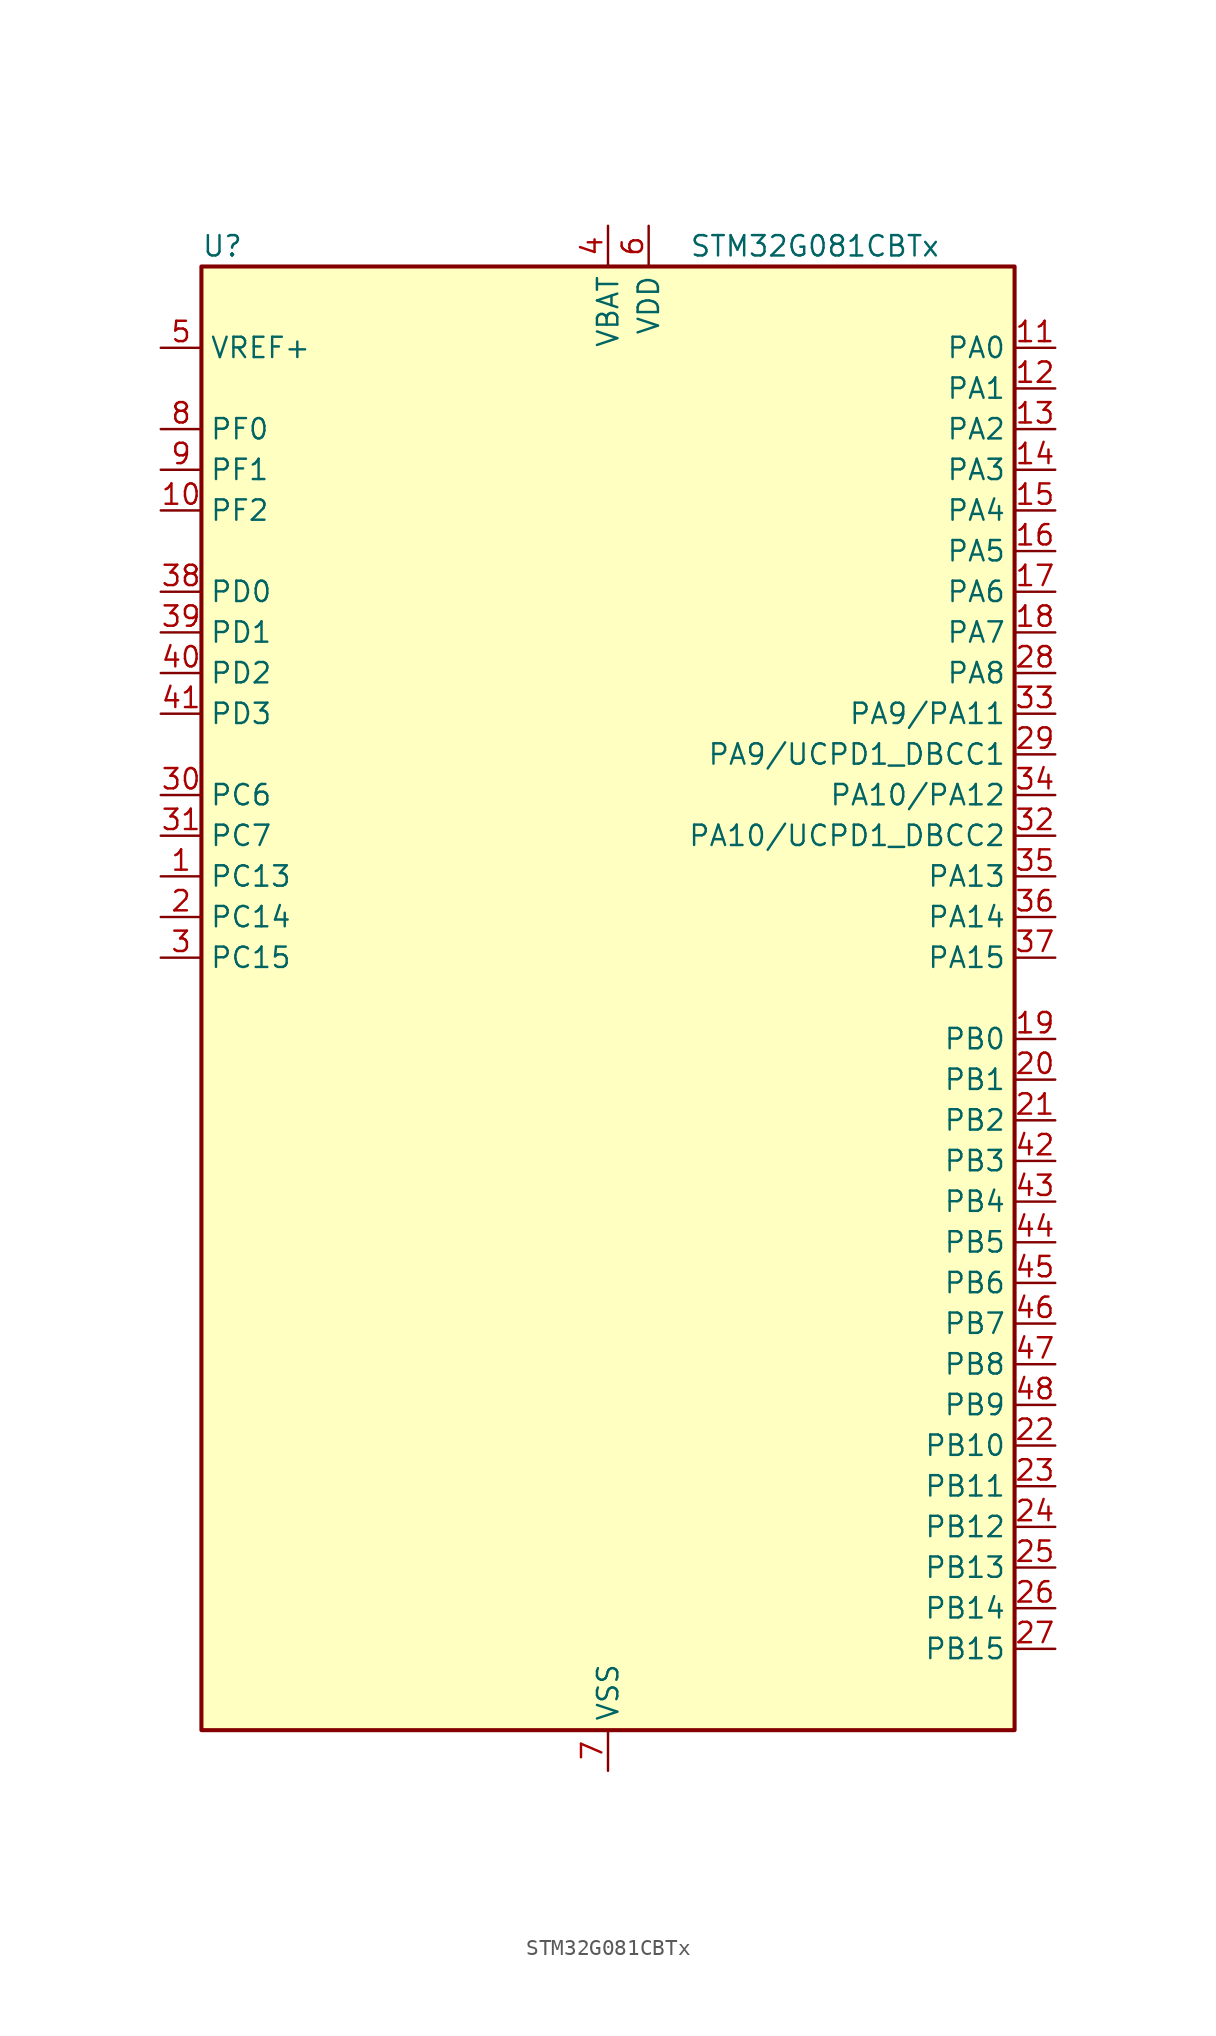
<source format=kicad_sym>
(kicad_symbol_lib
  (version 20231120)
  (generator "kicad-library-utils")
  (generator_version "8.0")
  (symbol "STM32G081CBTx"
    (property "Reference" "U"
      (at -25.4 46.99 0)
      (effects (font (size 1.27 1.27)) (justify left)))
    (property "Value" "STM32G081CBTx"
      (at 5.08 46.99 0)
      (effects (font (size 1.27 1.27)) (justify left)))
    (symbol "STM32G081CBTx_0_1"
      (rectangle (start -25.4 -45.72) (end 25.4 45.72) (stroke (width 0.254) (type default)) (fill (type background))))
    (symbol "STM32G081CBTx_1_1"
      (pin bidirectional line (at -27.94 7.62 0) (length 2.54) (name "PC13" (effects (font (size 1.27 1.27)))) (number "1" (effects (font (size 1.27 1.27)))) (alternate "RTC_OUT_ALARM" bidirectional line) (alternate "RTC_OUT_CALIB" bidirectional line) (alternate "RTC_TAMP_IN1" bidirectional line) (alternate "RTC_TS" bidirectional line) (alternate "SYS_WKUP2" bidirectional line) (alternate "TIM1_BK" bidirectional line))
      (pin bidirectional line (at -27.94 30.48 0) (length 2.54) (name "PF2" (effects (font (size 1.27 1.27)))) (number "10" (effects (font (size 1.27 1.27)))) (alternate "RCC_MCO" bidirectional line))
      (pin bidirectional line (at 27.94 40.64 180) (length 2.54) (name "PA0" (effects (font (size 1.27 1.27)))) (number "11" (effects (font (size 1.27 1.27)))) (alternate "ADC1_IN0" bidirectional line) (alternate "COMP1_INM" bidirectional line) (alternate "COMP1_OUT" bidirectional line) (alternate "LPTIM1_OUT" bidirectional line) (alternate "RTC_TAMP_IN2" bidirectional line) (alternate "SPI2_SCK" bidirectional line) (alternate "SYS_WKUP1" bidirectional line) (alternate "TIM2_CH1" bidirectional line) (alternate "TIM2_ETR" bidirectional line) (alternate "UCPD2_FRSTX1" bidirectional line) (alternate "UCPD2_FRSTX2" bidirectional line) (alternate "USART2_CTS" bidirectional line) (alternate "USART2_NSS" bidirectional line) (alternate "USART4_TX" bidirectional line))
      (pin bidirectional line (at 27.94 38.1 180) (length 2.54) (name "PA1" (effects (font (size 1.27 1.27)))) (number "12" (effects (font (size 1.27 1.27)))) (alternate "ADC1_IN1" bidirectional line) (alternate "COMP1_INP" bidirectional line) (alternate "I2C1_SMBA" bidirectional line) (alternate "I2S1_CK" bidirectional line) (alternate "SPI1_SCK" bidirectional line) (alternate "TIM15_CH1N" bidirectional line) (alternate "TIM2_CH2" bidirectional line) (alternate "USART2_CK" bidirectional line) (alternate "USART2_DE" bidirectional line) (alternate "USART2_RTS" bidirectional line) (alternate "USART4_RX" bidirectional line))
      (pin bidirectional line (at 27.94 35.56 180) (length 2.54) (name "PA2" (effects (font (size 1.27 1.27)))) (number "13" (effects (font (size 1.27 1.27)))) (alternate "ADC1_IN2" bidirectional line) (alternate "COMP2_INM" bidirectional line) (alternate "COMP2_OUT" bidirectional line) (alternate "I2S1_SD" bidirectional line) (alternate "LPUART1_TX" bidirectional line) (alternate "RCC_LSCO" bidirectional line) (alternate "SPI1_MOSI" bidirectional line) (alternate "SYS_WKUP4" bidirectional line) (alternate "TIM15_CH1" bidirectional line) (alternate "TIM2_CH3" bidirectional line) (alternate "UCPD1_FRSTX1" bidirectional line) (alternate "UCPD1_FRSTX2" bidirectional line) (alternate "USART2_TX" bidirectional line))
      (pin bidirectional line (at 27.94 33.02 180) (length 2.54) (name "PA3" (effects (font (size 1.27 1.27)))) (number "14" (effects (font (size 1.27 1.27)))) (alternate "ADC1_IN3" bidirectional line) (alternate "COMP2_INP" bidirectional line) (alternate "LPUART1_RX" bidirectional line) (alternate "SPI2_MISO" bidirectional line) (alternate "TIM15_CH2" bidirectional line) (alternate "TIM2_CH4" bidirectional line) (alternate "UCPD2_FRSTX1" bidirectional line) (alternate "UCPD2_FRSTX2" bidirectional line) (alternate "USART2_RX" bidirectional line))
      (pin bidirectional line (at 27.94 30.48 180) (length 2.54) (name "PA4" (effects (font (size 1.27 1.27)))) (number "15" (effects (font (size 1.27 1.27)))) (alternate "ADC1_IN4" bidirectional line) (alternate "DAC1_OUT1" bidirectional line) (alternate "I2S1_WS" bidirectional line) (alternate "LPTIM2_OUT" bidirectional line) (alternate "RTC_OUT_ALARM" bidirectional line) (alternate "RTC_OUT_CALIB" bidirectional line) (alternate "SPI1_NSS" bidirectional line) (alternate "SPI2_MOSI" bidirectional line) (alternate "TIM14_CH1" bidirectional line) (alternate "UCPD2_FRSTX1" bidirectional line) (alternate "UCPD2_FRSTX2" bidirectional line))
      (pin bidirectional line (at 27.94 27.94 180) (length 2.54) (name "PA5" (effects (font (size 1.27 1.27)))) (number "16" (effects (font (size 1.27 1.27)))) (alternate "ADC1_IN5" bidirectional line) (alternate "CEC" bidirectional line) (alternate "DAC1_OUT2" bidirectional line) (alternate "I2S1_CK" bidirectional line) (alternate "LPTIM2_ETR" bidirectional line) (alternate "SPI1_SCK" bidirectional line) (alternate "TIM2_CH1" bidirectional line) (alternate "TIM2_ETR" bidirectional line) (alternate "UCPD1_FRSTX1" bidirectional line) (alternate "UCPD1_FRSTX2" bidirectional line) (alternate "USART3_TX" bidirectional line))
      (pin bidirectional line (at 27.94 25.4 180) (length 2.54) (name "PA6" (effects (font (size 1.27 1.27)))) (number "17" (effects (font (size 1.27 1.27)))) (alternate "ADC1_IN6" bidirectional line) (alternate "COMP1_OUT" bidirectional line) (alternate "I2S1_MCK" bidirectional line) (alternate "LPUART1_CTS" bidirectional line) (alternate "SPI1_MISO" bidirectional line) (alternate "TIM16_CH1" bidirectional line) (alternate "TIM1_BK" bidirectional line) (alternate "TIM3_CH1" bidirectional line) (alternate "USART3_CTS" bidirectional line) (alternate "USART3_NSS" bidirectional line))
      (pin bidirectional line (at 27.94 22.86 180) (length 2.54) (name "PA7" (effects (font (size 1.27 1.27)))) (number "18" (effects (font (size 1.27 1.27)))) (alternate "ADC1_IN7" bidirectional line) (alternate "COMP2_OUT" bidirectional line) (alternate "I2S1_SD" bidirectional line) (alternate "SPI1_MOSI" bidirectional line) (alternate "TIM14_CH1" bidirectional line) (alternate "TIM17_CH1" bidirectional line) (alternate "TIM1_CH1N" bidirectional line) (alternate "TIM3_CH2" bidirectional line) (alternate "UCPD1_FRSTX1" bidirectional line) (alternate "UCPD1_FRSTX2" bidirectional line))
      (pin bidirectional line (at 27.94 -2.54 180) (length 2.54) (name "PB0" (effects (font (size 1.27 1.27)))) (number "19" (effects (font (size 1.27 1.27)))) (alternate "ADC1_IN8" bidirectional line) (alternate "COMP1_OUT" bidirectional line) (alternate "I2S1_WS" bidirectional line) (alternate "LPTIM1_OUT" bidirectional line) (alternate "SPI1_NSS" bidirectional line) (alternate "TIM1_CH2N" bidirectional line) (alternate "TIM3_CH3" bidirectional line) (alternate "UCPD1_FRSTX1" bidirectional line) (alternate "UCPD1_FRSTX2" bidirectional line) (alternate "USART3_RX" bidirectional line))
      (pin bidirectional line (at -27.94 5.08 0) (length 2.54) (name "PC14" (effects (font (size 1.27 1.27)))) (number "2" (effects (font (size 1.27 1.27)))) (alternate "RCC_OSC32_IN" bidirectional line) (alternate "TIM1_BK2" bidirectional line))
      (pin bidirectional line (at 27.94 -5.08 180) (length 2.54) (name "PB1" (effects (font (size 1.27 1.27)))) (number "20" (effects (font (size 1.27 1.27)))) (alternate "ADC1_IN9" bidirectional line) (alternate "COMP1_INM" bidirectional line) (alternate "LPTIM2_IN1" bidirectional line) (alternate "LPUART1_DE" bidirectional line) (alternate "LPUART1_RTS" bidirectional line) (alternate "TIM14_CH1" bidirectional line) (alternate "TIM1_CH3N" bidirectional line) (alternate "TIM3_CH4" bidirectional line) (alternate "USART3_CK" bidirectional line) (alternate "USART3_DE" bidirectional line) (alternate "USART3_RTS" bidirectional line))
      (pin bidirectional line (at 27.94 -7.62 180) (length 2.54) (name "PB2" (effects (font (size 1.27 1.27)))) (number "21" (effects (font (size 1.27 1.27)))) (alternate "ADC1_IN10" bidirectional line) (alternate "COMP1_INP" bidirectional line) (alternate "LPTIM1_OUT" bidirectional line) (alternate "SPI2_MISO" bidirectional line) (alternate "USART3_TX" bidirectional line))
      (pin bidirectional line (at 27.94 -27.94 180) (length 2.54) (name "PB10" (effects (font (size 1.27 1.27)))) (number "22" (effects (font (size 1.27 1.27)))) (alternate "ADC1_IN11" bidirectional line) (alternate "CEC" bidirectional line) (alternate "COMP1_OUT" bidirectional line) (alternate "I2C2_SCL" bidirectional line) (alternate "LPUART1_RX" bidirectional line) (alternate "SPI2_SCK" bidirectional line) (alternate "TIM2_CH3" bidirectional line) (alternate "USART3_TX" bidirectional line))
      (pin bidirectional line (at 27.94 -30.48 180) (length 2.54) (name "PB11" (effects (font (size 1.27 1.27)))) (number "23" (effects (font (size 1.27 1.27)))) (alternate "ADC1_EXTI11" bidirectional line) (alternate "ADC1_IN15" bidirectional line) (alternate "COMP2_OUT" bidirectional line) (alternate "I2C2_SDA" bidirectional line) (alternate "LPUART1_TX" bidirectional line) (alternate "SPI2_MOSI" bidirectional line) (alternate "TIM2_CH4" bidirectional line) (alternate "USART3_RX" bidirectional line))
      (pin bidirectional line (at 27.94 -33.02 180) (length 2.54) (name "PB12" (effects (font (size 1.27 1.27)))) (number "24" (effects (font (size 1.27 1.27)))) (alternate "ADC1_IN16" bidirectional line) (alternate "LPUART1_DE" bidirectional line) (alternate "LPUART1_RTS" bidirectional line) (alternate "SPI2_NSS" bidirectional line) (alternate "TIM15_BK" bidirectional line) (alternate "TIM1_BK" bidirectional line) (alternate "UCPD2_FRSTX1" bidirectional line) (alternate "UCPD2_FRSTX2" bidirectional line))
      (pin bidirectional line (at 27.94 -35.56 180) (length 2.54) (name "PB13" (effects (font (size 1.27 1.27)))) (number "25" (effects (font (size 1.27 1.27)))) (alternate "I2C2_SCL" bidirectional line) (alternate "LPUART1_CTS" bidirectional line) (alternate "SPI2_SCK" bidirectional line) (alternate "TIM15_CH1N" bidirectional line) (alternate "TIM1_CH1N" bidirectional line) (alternate "USART3_CTS" bidirectional line) (alternate "USART3_NSS" bidirectional line))
      (pin bidirectional line (at 27.94 -38.1 180) (length 2.54) (name "PB14" (effects (font (size 1.27 1.27)))) (number "26" (effects (font (size 1.27 1.27)))) (alternate "I2C2_SDA" bidirectional line) (alternate "SPI2_MISO" bidirectional line) (alternate "TIM15_CH1" bidirectional line) (alternate "TIM1_CH2N" bidirectional line) (alternate "UCPD1_FRSTX1" bidirectional line) (alternate "UCPD1_FRSTX2" bidirectional line) (alternate "USART3_CK" bidirectional line) (alternate "USART3_DE" bidirectional line) (alternate "USART3_RTS" bidirectional line))
      (pin bidirectional line (at 27.94 -40.64 180) (length 2.54) (name "PB15" (effects (font (size 1.27 1.27)))) (number "27" (effects (font (size 1.27 1.27)))) (alternate "RTC_REFIN" bidirectional line) (alternate "SPI2_MOSI" bidirectional line) (alternate "TIM15_CH1N" bidirectional line) (alternate "TIM15_CH2" bidirectional line) (alternate "TIM1_CH3N" bidirectional line) (alternate "UCPD1_CC2" bidirectional line))
      (pin bidirectional line (at 27.94 20.32 180) (length 2.54) (name "PA8" (effects (font (size 1.27 1.27)))) (number "28" (effects (font (size 1.27 1.27)))) (alternate "LPTIM2_OUT" bidirectional line) (alternate "RCC_MCO" bidirectional line) (alternate "SPI2_NSS" bidirectional line) (alternate "TIM1_CH1" bidirectional line) (alternate "UCPD1_CC1" bidirectional line))
      (pin bidirectional line (at 27.94 15.24 180) (length 2.54) (name "PA9/UCPD1_DBCC1" (effects (font (size 1.27 1.27)))) (number "29" (effects (font (size 1.27 1.27)))) (alternate "PA9" bidirectional line) (alternate "DAC1_EXTI9 (PA9)" bidirectional line) (alternate "I2C1_SCL (PA9)" bidirectional line) (alternate "RCC_MCO (PA9)" bidirectional line) (alternate "SPI2_MISO (PA9)" bidirectional line) (alternate "TIM15_BK (PA9)" bidirectional line) (alternate "TIM1_CH2 (PA9)" bidirectional line) (alternate "UCPD1_DBCC1 (PA9)" bidirectional line) (alternate "USART1_TX (PA9)" bidirectional line) (alternate "UCPD1_DBCC1" bidirectional line) (alternate "UCPD1_DBCC1 (UCPD1_DBCC1)" bidirectional line))
      (pin bidirectional line (at -27.94 2.54 0) (length 2.54) (name "PC15" (effects (font (size 1.27 1.27)))) (number "3" (effects (font (size 1.27 1.27)))) (alternate "RCC_OSC32_EN" bidirectional line) (alternate "RCC_OSC32_OUT" bidirectional line) (alternate "RCC_OSC_EN" bidirectional line) (alternate "TIM15_BK" bidirectional line))
      (pin bidirectional line (at -27.94 12.7 0) (length 2.54) (name "PC6" (effects (font (size 1.27 1.27)))) (number "30" (effects (font (size 1.27 1.27)))) (alternate "TIM2_CH3" bidirectional line) (alternate "TIM3_CH1" bidirectional line) (alternate "UCPD1_FRSTX1" bidirectional line) (alternate "UCPD1_FRSTX2" bidirectional line))
      (pin bidirectional line (at -27.94 10.16 0) (length 2.54) (name "PC7" (effects (font (size 1.27 1.27)))) (number "31" (effects (font (size 1.27 1.27)))) (alternate "TIM2_CH4" bidirectional line) (alternate "TIM3_CH2" bidirectional line) (alternate "UCPD2_FRSTX1" bidirectional line) (alternate "UCPD2_FRSTX2" bidirectional line))
      (pin bidirectional line (at 27.94 10.16 180) (length 2.54) (name "PA10/UCPD1_DBCC2" (effects (font (size 1.27 1.27)))) (number "32" (effects (font (size 1.27 1.27)))) (alternate "PA10" bidirectional line) (alternate "I2C1_SDA (PA10)" bidirectional line) (alternate "SPI2_MOSI (PA10)" bidirectional line) (alternate "TIM17_BK (PA10)" bidirectional line) (alternate "TIM1_CH3 (PA10)" bidirectional line) (alternate "UCPD1_DBCC2 (PA10)" bidirectional line) (alternate "USART1_RX (PA10)" bidirectional line) (alternate "UCPD1_DBCC2" bidirectional line) (alternate "UCPD1_DBCC2 (UCPD1_DBCC2)" bidirectional line))
      (pin bidirectional line (at 27.94 17.78 180) (length 2.54) (name "PA9/PA11" (effects (font (size 1.27 1.27)))) (number "33" (effects (font (size 1.27 1.27)))) (alternate "PA9" bidirectional line) (alternate "DAC1_EXTI9 (PA9)" bidirectional line) (alternate "I2C1_SCL (PA9)" bidirectional line) (alternate "RCC_MCO (PA9)" bidirectional line) (alternate "SPI2_MISO (PA9)" bidirectional line) (alternate "TIM15_BK (PA9)" bidirectional line) (alternate "TIM1_CH2 (PA9)" bidirectional line) (alternate "USART1_TX (PA9)" bidirectional line) (alternate "PA11" bidirectional line) (alternate "ADC1_EXTI11 (PA11)" bidirectional line) (alternate "COMP1_OUT (PA11)" bidirectional line) (alternate "I2C2_SCL (PA11)" bidirectional line) (alternate "I2S1_MCK (PA11)" bidirectional line) (alternate "SPI1_MISO (PA11)" bidirectional line) (alternate "TIM1_BK2 (PA11)" bidirectional line) (alternate "TIM1_CH4 (PA11)" bidirectional line) (alternate "USART1_CTS (PA11)" bidirectional line) (alternate "USART1_NSS (PA11)" bidirectional line))
      (pin bidirectional line (at 27.94 12.7 180) (length 2.54) (name "PA10/PA12" (effects (font (size 1.27 1.27)))) (number "34" (effects (font (size 1.27 1.27)))) (alternate "PA10" bidirectional line) (alternate "I2C1_SDA (PA10)" bidirectional line) (alternate "SPI2_MOSI (PA10)" bidirectional line) (alternate "TIM17_BK (PA10)" bidirectional line) (alternate "TIM1_CH3 (PA10)" bidirectional line) (alternate "USART1_RX (PA10)" bidirectional line) (alternate "PA12" bidirectional line) (alternate "COMP2_OUT (PA12)" bidirectional line) (alternate "I2C2_SDA (PA12)" bidirectional line) (alternate "I2S1_SD (PA12)" bidirectional line) (alternate "I2S_CKIN (PA12)" bidirectional line) (alternate "SPI1_MOSI (PA12)" bidirectional line) (alternate "TIM1_ETR (PA12)" bidirectional line) (alternate "USART1_CK (PA12)" bidirectional line) (alternate "USART1_DE (PA12)" bidirectional line) (alternate "USART1_RTS (PA12)" bidirectional line))
      (pin bidirectional line (at 27.94 7.62 180) (length 2.54) (name "PA13" (effects (font (size 1.27 1.27)))) (number "35" (effects (font (size 1.27 1.27)))) (alternate "IR_OUT" bidirectional line) (alternate "SYS_SWDIO" bidirectional line))
      (pin bidirectional line (at 27.94 5.08 180) (length 2.54) (name "PA14" (effects (font (size 1.27 1.27)))) (number "36" (effects (font (size 1.27 1.27)))) (alternate "SYS_SWCLK" bidirectional line) (alternate "USART2_TX" bidirectional line))
      (pin bidirectional line (at 27.94 2.54 180) (length 2.54) (name "PA15" (effects (font (size 1.27 1.27)))) (number "37" (effects (font (size 1.27 1.27)))) (alternate "I2S1_WS" bidirectional line) (alternate "SPI1_NSS" bidirectional line) (alternate "TIM2_CH1" bidirectional line) (alternate "TIM2_ETR" bidirectional line) (alternate "USART2_RX" bidirectional line) (alternate "USART3_CK" bidirectional line) (alternate "USART3_DE" bidirectional line) (alternate "USART3_RTS" bidirectional line) (alternate "USART4_CK" bidirectional line) (alternate "USART4_DE" bidirectional line) (alternate "USART4_RTS" bidirectional line))
      (pin bidirectional line (at -27.94 25.4 0) (length 2.54) (name "PD0" (effects (font (size 1.27 1.27)))) (number "38" (effects (font (size 1.27 1.27)))) (alternate "SPI2_NSS" bidirectional line) (alternate "TIM16_CH1" bidirectional line) (alternate "UCPD2_CC1" bidirectional line))
      (pin bidirectional line (at -27.94 22.86 0) (length 2.54) (name "PD1" (effects (font (size 1.27 1.27)))) (number "39" (effects (font (size 1.27 1.27)))) (alternate "SPI2_SCK" bidirectional line) (alternate "TIM17_CH1" bidirectional line) (alternate "UCPD2_DBCC1" bidirectional line))
      (pin power_in line (at 0 48.26 270) (length 2.54) (name "VBAT" (effects (font (size 1.27 1.27)))) (number "4" (effects (font (size 1.27 1.27)))))
      (pin bidirectional line (at -27.94 20.32 0) (length 2.54) (name "PD2" (effects (font (size 1.27 1.27)))) (number "40" (effects (font (size 1.27 1.27)))) (alternate "TIM1_CH1N" bidirectional line) (alternate "TIM3_ETR" bidirectional line) (alternate "UCPD2_CC2" bidirectional line) (alternate "USART3_CK" bidirectional line) (alternate "USART3_DE" bidirectional line) (alternate "USART3_RTS" bidirectional line))
      (pin bidirectional line (at -27.94 17.78 0) (length 2.54) (name "PD3" (effects (font (size 1.27 1.27)))) (number "41" (effects (font (size 1.27 1.27)))) (alternate "SPI2_MISO" bidirectional line) (alternate "TIM1_CH2N" bidirectional line) (alternate "UCPD2_DBCC2" bidirectional line) (alternate "USART2_CTS" bidirectional line) (alternate "USART2_NSS" bidirectional line))
      (pin bidirectional line (at 27.94 -10.16 180) (length 2.54) (name "PB3" (effects (font (size 1.27 1.27)))) (number "42" (effects (font (size 1.27 1.27)))) (alternate "COMP2_INM" bidirectional line) (alternate "I2S1_CK" bidirectional line) (alternate "SPI1_SCK" bidirectional line) (alternate "TIM1_CH2" bidirectional line) (alternate "TIM2_CH2" bidirectional line) (alternate "USART1_CK" bidirectional line) (alternate "USART1_DE" bidirectional line) (alternate "USART1_RTS" bidirectional line))
      (pin bidirectional line (at 27.94 -12.7 180) (length 2.54) (name "PB4" (effects (font (size 1.27 1.27)))) (number "43" (effects (font (size 1.27 1.27)))) (alternate "COMP2_INP" bidirectional line) (alternate "I2S1_MCK" bidirectional line) (alternate "SPI1_MISO" bidirectional line) (alternate "TIM17_BK" bidirectional line) (alternate "TIM3_CH1" bidirectional line) (alternate "USART1_CTS" bidirectional line) (alternate "USART1_NSS" bidirectional line))
      (pin bidirectional line (at 27.94 -15.24 180) (length 2.54) (name "PB5" (effects (font (size 1.27 1.27)))) (number "44" (effects (font (size 1.27 1.27)))) (alternate "COMP2_OUT" bidirectional line) (alternate "I2C1_SMBA" bidirectional line) (alternate "I2S1_SD" bidirectional line) (alternate "LPTIM1_IN1" bidirectional line) (alternate "SPI1_MOSI" bidirectional line) (alternate "SYS_WKUP6" bidirectional line) (alternate "TIM16_BK" bidirectional line) (alternate "TIM3_CH2" bidirectional line))
      (pin bidirectional line (at 27.94 -17.78 180) (length 2.54) (name "PB6" (effects (font (size 1.27 1.27)))) (number "45" (effects (font (size 1.27 1.27)))) (alternate "COMP2_INP" bidirectional line) (alternate "I2C1_SCL" bidirectional line) (alternate "LPTIM1_ETR" bidirectional line) (alternate "SPI2_MISO" bidirectional line) (alternate "TIM16_CH1N" bidirectional line) (alternate "TIM1_CH3" bidirectional line) (alternate "USART1_TX" bidirectional line))
      (pin bidirectional line (at 27.94 -20.32 180) (length 2.54) (name "PB7" (effects (font (size 1.27 1.27)))) (number "46" (effects (font (size 1.27 1.27)))) (alternate "COMP2_INM" bidirectional line) (alternate "I2C1_SDA" bidirectional line) (alternate "LPTIM1_IN2" bidirectional line) (alternate "SPI2_MOSI" bidirectional line) (alternate "SYS_PVD_IN" bidirectional line) (alternate "TIM17_CH1N" bidirectional line) (alternate "USART1_RX" bidirectional line) (alternate "USART4_CTS" bidirectional line) (alternate "USART4_NSS" bidirectional line))
      (pin bidirectional line (at 27.94 -22.86 180) (length 2.54) (name "PB8" (effects (font (size 1.27 1.27)))) (number "47" (effects (font (size 1.27 1.27)))) (alternate "CEC" bidirectional line) (alternate "I2C1_SCL" bidirectional line) (alternate "SPI2_SCK" bidirectional line) (alternate "TIM15_BK" bidirectional line) (alternate "TIM16_CH1" bidirectional line) (alternate "USART3_TX" bidirectional line))
      (pin bidirectional line (at 27.94 -25.4 180) (length 2.54) (name "PB9" (effects (font (size 1.27 1.27)))) (number "48" (effects (font (size 1.27 1.27)))) (alternate "DAC1_EXTI9" bidirectional line) (alternate "I2C1_SDA" bidirectional line) (alternate "IR_OUT" bidirectional line) (alternate "SPI2_NSS" bidirectional line) (alternate "TIM17_CH1" bidirectional line) (alternate "UCPD2_FRSTX1" bidirectional line) (alternate "UCPD2_FRSTX2" bidirectional line) (alternate "USART3_RX" bidirectional line))
      (pin input line (at -27.94 40.64 0) (length 2.54) (name "VREF+" (effects (font (size 1.27 1.27)))) (number "5" (effects (font (size 1.27 1.27)))) (alternate "VREFBUF_OUT" bidirectional line))
      (pin power_in line (at 2.54 48.26 270) (length 2.54) (name "VDD" (effects (font (size 1.27 1.27)))) (number "6" (effects (font (size 1.27 1.27)))))
      (pin power_in line (at 0 -48.26 90) (length 2.54) (name "VSS" (effects (font (size 1.27 1.27)))) (number "7" (effects (font (size 1.27 1.27)))))
      (pin bidirectional line (at -27.94 35.56 0) (length 2.54) (name "PF0" (effects (font (size 1.27 1.27)))) (number "8" (effects (font (size 1.27 1.27)))) (alternate "RCC_OSC_IN" bidirectional line) (alternate "TIM14_CH1" bidirectional line))
      (pin bidirectional line (at -27.94 33.02 0) (length 2.54) (name "PF1" (effects (font (size 1.27 1.27)))) (number "9" (effects (font (size 1.27 1.27)))) (alternate "RCC_OSC_EN" bidirectional line) (alternate "RCC_OSC_OUT" bidirectional line) (alternate "TIM15_CH1N" bidirectional line)))))
</source>
